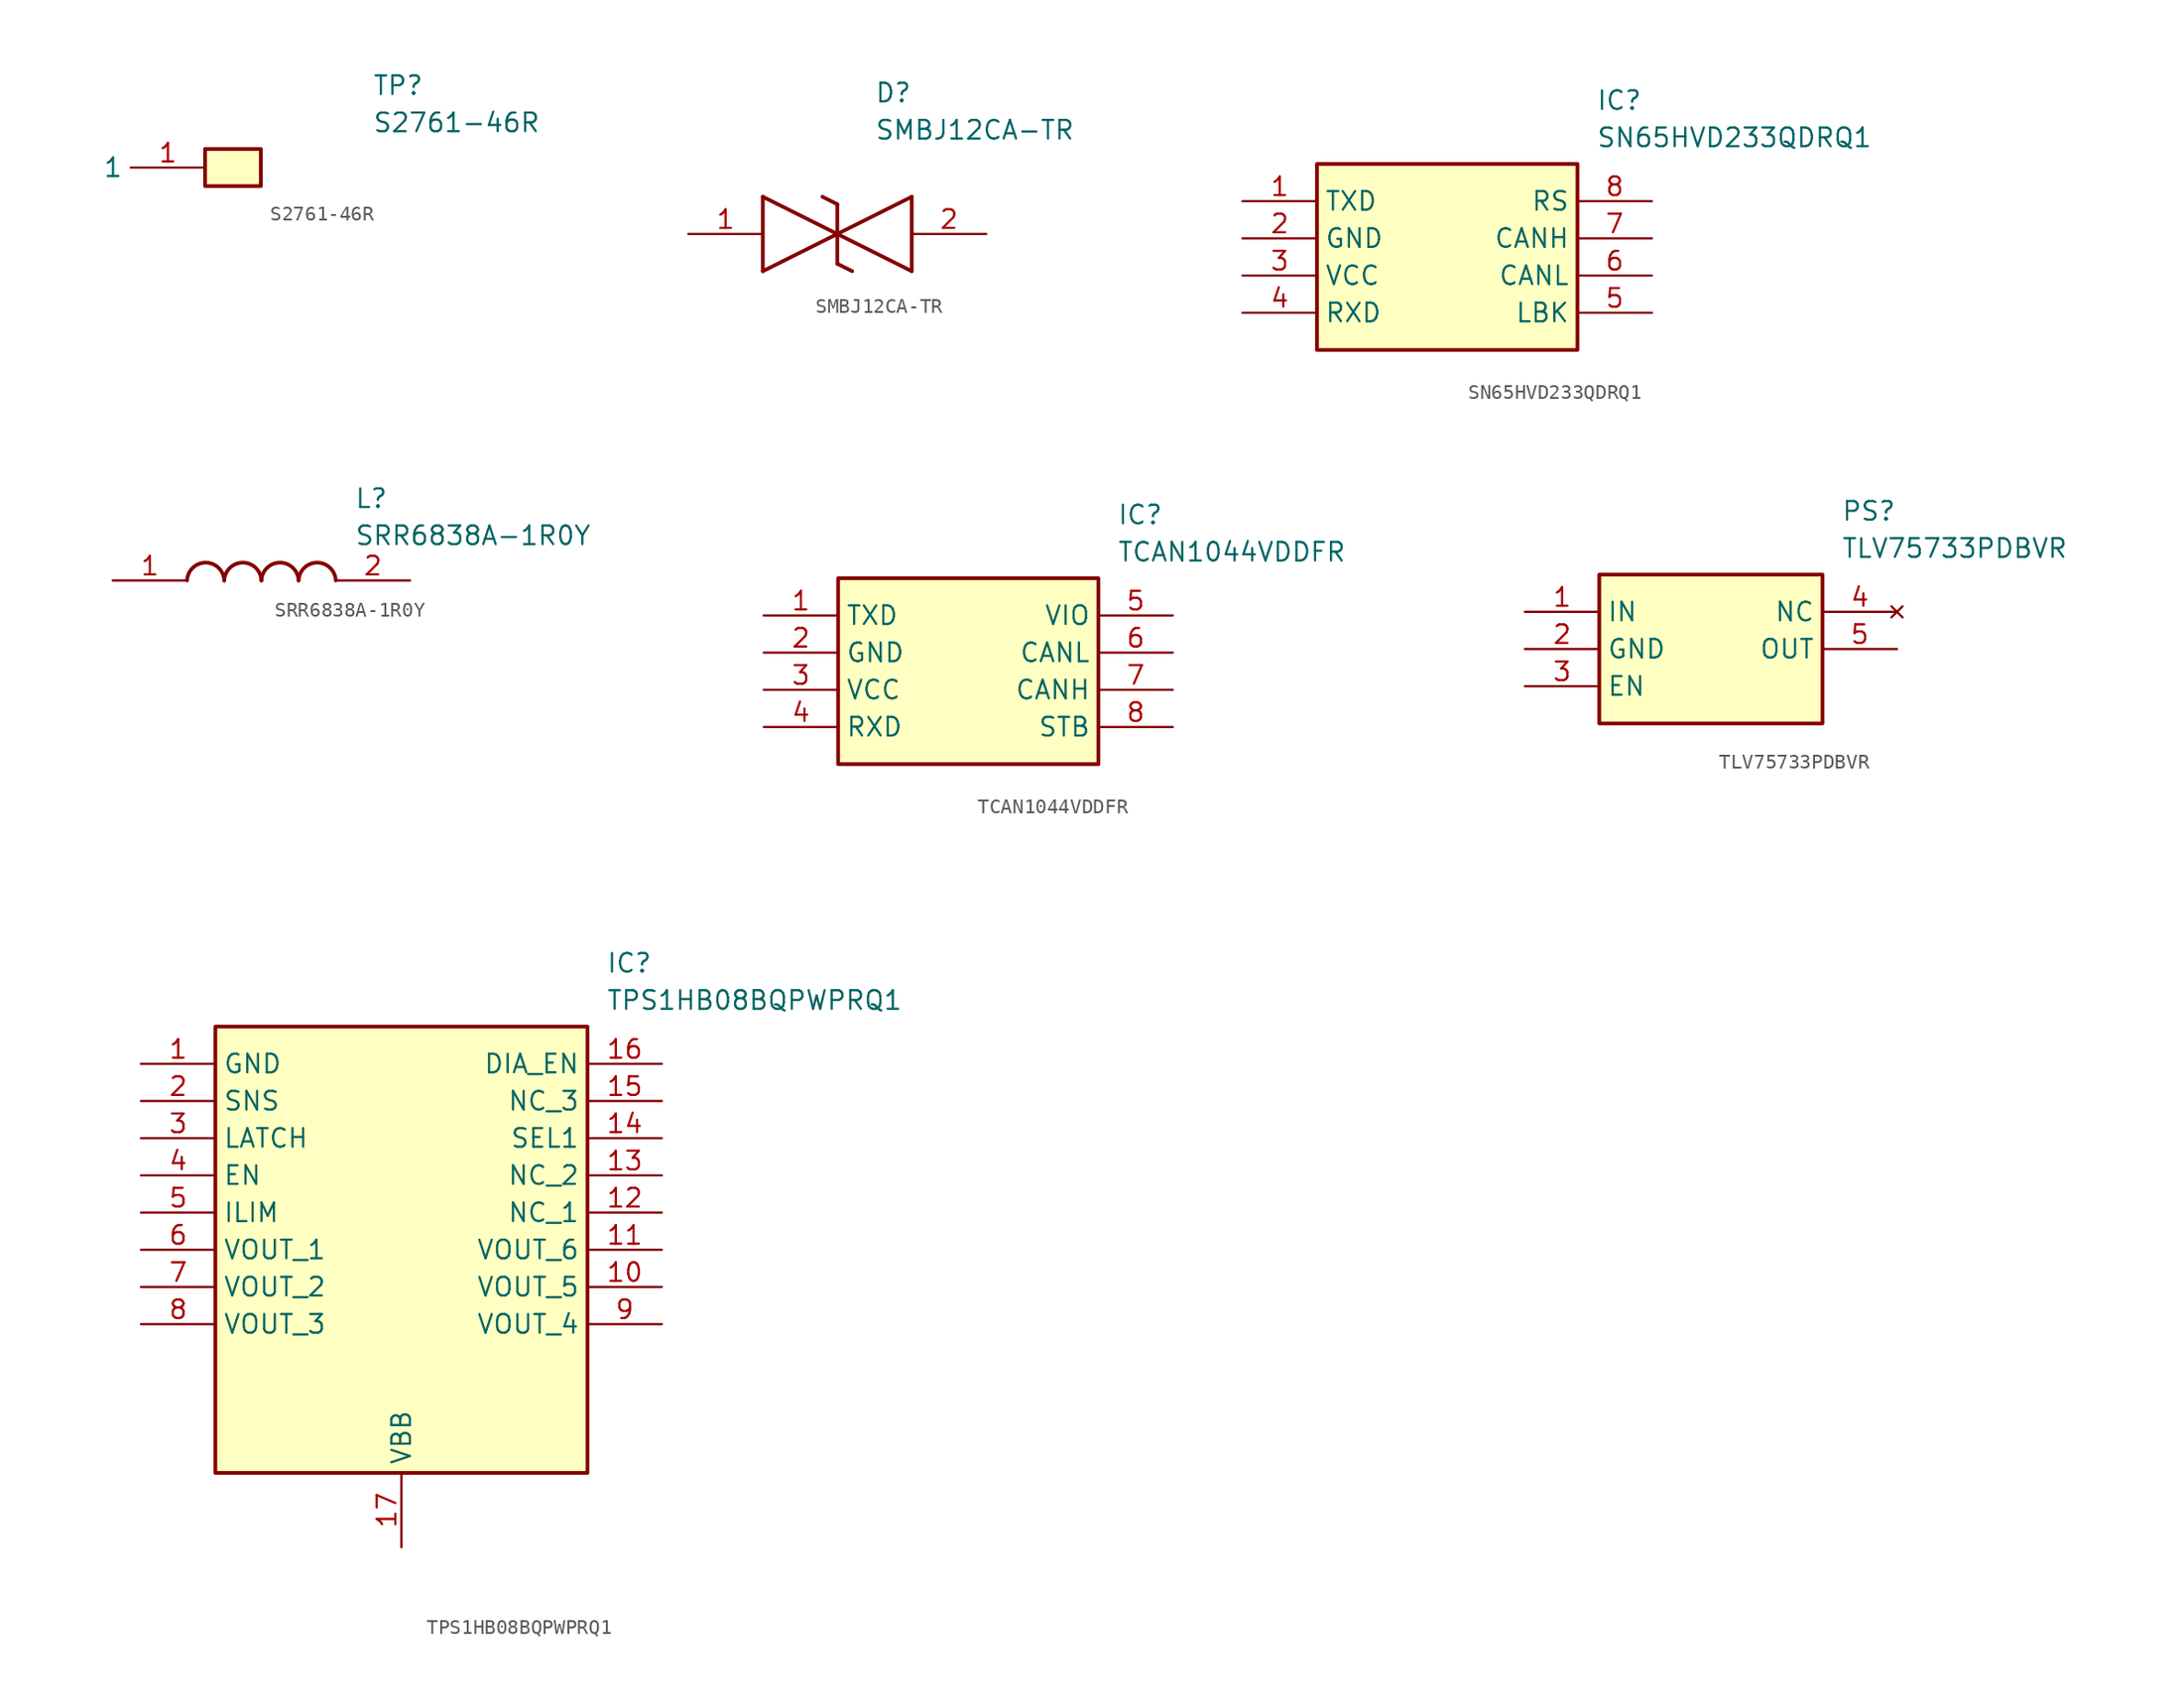
<source format=kicad_sym>
(kicad_symbol_lib
  (version 20241209)
  (generator "kicad_symbol_editor")
  (generator_version "9.0")
  (symbol "S2761-46R"
    (property "Reference" "TP"
      (at 16.51 7.62 0)
      (effects (font (size 1.27 1.27)) (justify left top)))
    (property "Value" "S2761-46R"
      (at 16.51 5.08 0)
      (effects (font (size 1.27 1.27)) (justify left top)))
    (symbol "S2761-46R_1_1"
      (rectangle (start 5.08 2.54) (end 8.89 0) (stroke (width 0.254) (type default)) (fill (type background)))
      (pin passive line (at 5.08 1.27 180) (length 5.08) (name "1" (effects (font (size 1.27 1.27)))) (number "1" (effects (font (size 1.27 1.27)))))))
  (symbol "SMBJ12CA-TR"
    (pin_names
      (hide yes))
    (property "Reference" "D"
      (at 12.7 8.89 0)
      (effects (font (size 1.27 1.27)) (justify left bottom)))
    (property "Value" "SMBJ12CA-TR"
      (at 12.7 6.35 0)
      (effects (font (size 1.27 1.27)) (justify left bottom)))
    (symbol "SMBJ12CA-TR_1_1"
      (polyline (pts (xy 5.08 2.54) (xy 5.08 -2.54)) (stroke (width 0.254) (type default)) (fill (type none)))
      (polyline (pts (xy 5.08 2.54) (xy 10.16 0)) (stroke (width 0.254) (type default)) (fill (type none)))
      (polyline (pts (xy 9.144 2.54) (xy 10.16 2.032)) (stroke (width 0.254) (type default)) (fill (type none)))
      (polyline (pts (xy 10.16 0) (xy 5.08 -2.54)) (stroke (width 0.254) (type default)) (fill (type none)))
      (polyline (pts (xy 10.16 0) (xy 15.24 -2.54)) (stroke (width 0.254) (type default)) (fill (type none)))
      (polyline (pts (xy 10.16 -2.032) (xy 10.16 2.032)) (stroke (width 0.254) (type default)) (fill (type none)))
      (polyline (pts (xy 10.16 -2.032) (xy 11.176 -2.54)) (stroke (width 0.254) (type default)) (fill (type none)))
      (polyline (pts (xy 15.24 2.54) (xy 10.16 0)) (stroke (width 0.254) (type default)) (fill (type none)))
      (polyline (pts (xy 15.24 2.54) (xy 15.24 -2.54)) (stroke (width 0.254) (type default)) (fill (type none)))
      (pin passive line (at 0 0 0) (length 5.08) (name "1" (effects (font (size 1.27 1.27)))) (number "1" (effects (font (size 1.27 1.27)))))
      (pin passive line (at 20.32 0 180) (length 5.08) (name "2" (effects (font (size 1.27 1.27)))) (number "2" (effects (font (size 1.27 1.27)))))))
  (symbol "SN65HVD233QDRQ1"
    (property "Reference" "IC"
      (at 24.13 7.62 0)
      (effects (font (size 1.27 1.27)) (justify left top)))
    (property "Value" "SN65HVD233QDRQ1"
      (at 24.13 5.08 0)
      (effects (font (size 1.27 1.27)) (justify left top)))
    (symbol "SN65HVD233QDRQ1_1_1"
      (rectangle (start 5.08 2.54) (end 22.86 -10.16) (stroke (width 0.254) (type default)) (fill (type background)))
      (pin passive line (at 0 0 0) (length 5.08) (name "TXD" (effects (font (size 1.27 1.27)))) (number "1" (effects (font (size 1.27 1.27)))))
      (pin passive line (at 0 -2.54 0) (length 5.08) (name "GND" (effects (font (size 1.27 1.27)))) (number "2" (effects (font (size 1.27 1.27)))))
      (pin passive line (at 0 -5.08 0) (length 5.08) (name "VCC" (effects (font (size 1.27 1.27)))) (number "3" (effects (font (size 1.27 1.27)))))
      (pin passive line (at 0 -7.62 0) (length 5.08) (name "RXD" (effects (font (size 1.27 1.27)))) (number "4" (effects (font (size 1.27 1.27)))))
      (pin passive line (at 27.94 0 180) (length 5.08) (name "RS" (effects (font (size 1.27 1.27)))) (number "8" (effects (font (size 1.27 1.27)))))
      (pin passive line (at 27.94 -2.54 180) (length 5.08) (name "CANH" (effects (font (size 1.27 1.27)))) (number "7" (effects (font (size 1.27 1.27)))))
      (pin passive line (at 27.94 -5.08 180) (length 5.08) (name "CANL" (effects (font (size 1.27 1.27)))) (number "6" (effects (font (size 1.27 1.27)))))
      (pin passive line (at 27.94 -7.62 180) (length 5.08) (name "LBK" (effects (font (size 1.27 1.27)))) (number "5" (effects (font (size 1.27 1.27)))))))
  (symbol "SRR6838A-1R0Y"
    (pin_names
      (hide yes))
    (property "Reference" "L"
      (at 16.51 6.35 0)
      (effects (font (size 1.27 1.27)) (justify left top)))
    (property "Value" "SRR6838A-1R0Y"
      (at 16.51 3.81 0)
      (effects (font (size 1.27 1.27)) (justify left top)))
    (symbol "SRR6838A-1R0Y_1_1"
      (arc (start 5.08 0) (mid 6.35 1.219) (end 7.62 0) (stroke (width 0.254) (type default)) (fill (type none)))
      (arc (start 7.62 0) (mid 8.89 1.219) (end 10.16 0) (stroke (width 0.254) (type default)) (fill (type none)))
      (arc (start 10.16 0) (mid 11.43 1.219) (end 12.7 0) (stroke (width 0.254) (type default)) (fill (type none)))
      (arc (start 12.7 0) (mid 13.97 1.219) (end 15.24 0) (stroke (width 0.254) (type default)) (fill (type none)))
      (pin passive line (at 0 0 0) (length 5.08) (name "1" (effects (font (size 1.27 1.27)))) (number "1" (effects (font (size 1.27 1.27)))))
      (pin passive line (at 20.32 0 180) (length 5.08) (name "2" (effects (font (size 1.27 1.27)))) (number "2" (effects (font (size 1.27 1.27)))))))
  (symbol "TCAN1044VDDFR"
    (property "Reference" "IC"
      (at 24.13 7.62 0)
      (effects (font (size 1.27 1.27)) (justify left top)))
    (property "Value" "TCAN1044VDDFR"
      (at 24.13 5.08 0)
      (effects (font (size 1.27 1.27)) (justify left top)))
    (symbol "TCAN1044VDDFR_1_1"
      (rectangle (start 5.08 2.54) (end 22.86 -10.16) (stroke (width 0.254) (type default)) (fill (type background)))
      (pin passive line (at 0 0 0) (length 5.08) (name "TXD" (effects (font (size 1.27 1.27)))) (number "1" (effects (font (size 1.27 1.27)))))
      (pin passive line (at 0 -2.54 0) (length 5.08) (name "GND" (effects (font (size 1.27 1.27)))) (number "2" (effects (font (size 1.27 1.27)))))
      (pin passive line (at 0 -5.08 0) (length 5.08) (name "VCC" (effects (font (size 1.27 1.27)))) (number "3" (effects (font (size 1.27 1.27)))))
      (pin passive line (at 0 -7.62 0) (length 5.08) (name "RXD" (effects (font (size 1.27 1.27)))) (number "4" (effects (font (size 1.27 1.27)))))
      (pin passive line (at 27.94 0 180) (length 5.08) (name "VIO" (effects (font (size 1.27 1.27)))) (number "5" (effects (font (size 1.27 1.27)))))
      (pin passive line (at 27.94 -2.54 180) (length 5.08) (name "CANL" (effects (font (size 1.27 1.27)))) (number "6" (effects (font (size 1.27 1.27)))))
      (pin passive line (at 27.94 -5.08 180) (length 5.08) (name "CANH" (effects (font (size 1.27 1.27)))) (number "7" (effects (font (size 1.27 1.27)))))
      (pin passive line (at 27.94 -7.62 180) (length 5.08) (name "STB" (effects (font (size 1.27 1.27)))) (number "8" (effects (font (size 1.27 1.27)))))))
  (symbol "TLV75733PDBVR"
    (property "Reference" "PS"
      (at 21.59 7.62 0)
      (effects (font (size 1.27 1.27)) (justify left top)))
    (property "Value" "TLV75733PDBVR"
      (at 21.59 5.08 0)
      (effects (font (size 1.27 1.27)) (justify left top)))
    (symbol "TLV75733PDBVR_1_1"
      (rectangle (start 5.08 2.54) (end 20.32 -7.62) (stroke (width 0.254) (type default)) (fill (type background)))
      (pin power_in line (at 0 0 0) (length 5.08) (name "IN" (effects (font (size 1.27 1.27)))) (number "1" (effects (font (size 1.27 1.27)))))
      (pin power_in line (at 0 -2.54 0) (length 5.08) (name "GND" (effects (font (size 1.27 1.27)))) (number "2" (effects (font (size 1.27 1.27)))))
      (pin input line (at 0 -5.08 0) (length 5.08) (name "EN" (effects (font (size 1.27 1.27)))) (number "3" (effects (font (size 1.27 1.27)))))
      (pin no_connect line (at 25.4 0 180) (length 5.08) (name "NC" (effects (font (size 1.27 1.27)))) (number "4" (effects (font (size 1.27 1.27)))))
      (pin output line (at 25.4 -2.54 180) (length 5.08) (name "OUT" (effects (font (size 1.27 1.27)))) (number "5" (effects (font (size 1.27 1.27)))))))
  (symbol "TPS1HB08BQPWPRQ1"
    (property "Reference" "IC"
      (at 31.75 7.62 0)
      (effects (font (size 1.27 1.27)) (justify left top)))
    (property "Value" "TPS1HB08BQPWPRQ1"
      (at 31.75 5.08 0)
      (effects (font (size 1.27 1.27)) (justify left top)))
    (symbol "TPS1HB08BQPWPRQ1_1_1"
      (rectangle (start 5.08 2.54) (end 30.48 -27.94) (stroke (width 0.254) (type default)) (fill (type background)))
      (pin passive line (at 0 0 0) (length 5.08) (name "GND" (effects (font (size 1.27 1.27)))) (number "1" (effects (font (size 1.27 1.27)))))
      (pin passive line (at 0 -2.54 0) (length 5.08) (name "SNS" (effects (font (size 1.27 1.27)))) (number "2" (effects (font (size 1.27 1.27)))))
      (pin passive line (at 0 -5.08 0) (length 5.08) (name "LATCH" (effects (font (size 1.27 1.27)))) (number "3" (effects (font (size 1.27 1.27)))))
      (pin passive line (at 0 -7.62 0) (length 5.08) (name "EN" (effects (font (size 1.27 1.27)))) (number "4" (effects (font (size 1.27 1.27)))))
      (pin passive line (at 0 -10.16 0) (length 5.08) (name "ILIM" (effects (font (size 1.27 1.27)))) (number "5" (effects (font (size 1.27 1.27)))))
      (pin passive line (at 0 -12.7 0) (length 5.08) (name "VOUT_1" (effects (font (size 1.27 1.27)))) (number "6" (effects (font (size 1.27 1.27)))))
      (pin passive line (at 0 -15.24 0) (length 5.08) (name "VOUT_2" (effects (font (size 1.27 1.27)))) (number "7" (effects (font (size 1.27 1.27)))))
      (pin passive line (at 0 -17.78 0) (length 5.08) (name "VOUT_3" (effects (font (size 1.27 1.27)))) (number "8" (effects (font (size 1.27 1.27)))))
      (pin passive line (at 17.78 -33.02 90) (length 5.08) (name "VBB" (effects (font (size 1.27 1.27)))) (number "17" (effects (font (size 1.27 1.27)))))
      (pin passive line (at 35.56 0 180) (length 5.08) (name "DIA_EN" (effects (font (size 1.27 1.27)))) (number "16" (effects (font (size 1.27 1.27)))))
      (pin passive line (at 35.56 -2.54 180) (length 5.08) (name "NC_3" (effects (font (size 1.27 1.27)))) (number "15" (effects (font (size 1.27 1.27)))))
      (pin passive line (at 35.56 -5.08 180) (length 5.08) (name "SEL1" (effects (font (size 1.27 1.27)))) (number "14" (effects (font (size 1.27 1.27)))))
      (pin passive line (at 35.56 -7.62 180) (length 5.08) (name "NC_2" (effects (font (size 1.27 1.27)))) (number "13" (effects (font (size 1.27 1.27)))))
      (pin passive line (at 35.56 -10.16 180) (length 5.08) (name "NC_1" (effects (font (size 1.27 1.27)))) (number "12" (effects (font (size 1.27 1.27)))))
      (pin passive line (at 35.56 -12.7 180) (length 5.08) (name "VOUT_6" (effects (font (size 1.27 1.27)))) (number "11" (effects (font (size 1.27 1.27)))))
      (pin passive line (at 35.56 -15.24 180) (length 5.08) (name "VOUT_5" (effects (font (size 1.27 1.27)))) (number "10" (effects (font (size 1.27 1.27)))))
      (pin passive line (at 35.56 -17.78 180) (length 5.08) (name "VOUT_4" (effects (font (size 1.27 1.27)))) (number "9" (effects (font (size 1.27 1.27))))))))
</source>
